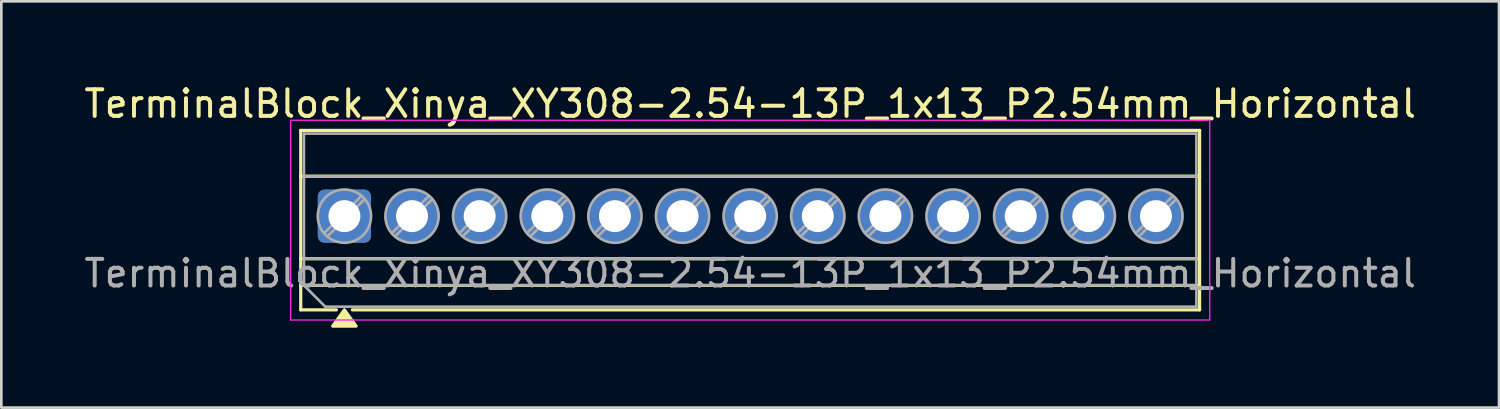
<source format=kicad_pcb>
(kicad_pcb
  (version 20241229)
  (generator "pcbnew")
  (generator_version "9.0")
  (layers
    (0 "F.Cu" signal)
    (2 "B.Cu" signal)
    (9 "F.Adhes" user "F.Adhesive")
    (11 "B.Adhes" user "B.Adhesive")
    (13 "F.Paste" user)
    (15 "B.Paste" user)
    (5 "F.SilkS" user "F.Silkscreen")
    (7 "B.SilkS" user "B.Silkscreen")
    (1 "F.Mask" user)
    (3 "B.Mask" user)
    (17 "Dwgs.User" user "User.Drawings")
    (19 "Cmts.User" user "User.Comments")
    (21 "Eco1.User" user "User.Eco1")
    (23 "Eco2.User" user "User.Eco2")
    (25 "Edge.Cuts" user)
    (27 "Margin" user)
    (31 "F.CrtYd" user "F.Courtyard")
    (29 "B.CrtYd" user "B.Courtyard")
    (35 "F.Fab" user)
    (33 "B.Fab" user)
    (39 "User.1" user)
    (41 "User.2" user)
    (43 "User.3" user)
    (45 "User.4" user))
  (footprint "TerminalBlock_Xinya_XY308-2.54-13P_1x13_P2.54mm_Horizontal"
    (layer "F.Cu")
    (at 9.885 5.068)
    (property "Reference" "TerminalBlock_Xinya_XY308-2.54-13P_1x13_P2.54mm_Horizontal" (at 15.24 -4.22 0) (layer "F.SilkS") (effects (font (size 1 1) (thickness 0.15))))
    (attr through_hole)
    (fp_line (start -1.64 -3.22) (end 32.12 -3.22) (stroke (width 0.12) (type solid)) (layer "F.SilkS"))
    (fp_line (start -1.64 -1.5) (end 32.12 -1.5) (stroke (width 0.12) (type solid)) (layer "F.SilkS"))
    (fp_line (start -1.64 1.6) (end 32.12 1.6) (stroke (width 0.12) (type solid)) (layer "F.SilkS"))
    (fp_line (start -1.64 2.6) (end 32.12 2.6) (stroke (width 0.12) (type solid)) (layer "F.SilkS"))
    (fp_line (start -1.64 3.52) (end -1.64 -3.22) (stroke (width 0.12) (type solid)) (layer "F.SilkS"))
    (fp_line (start -0.3 3.52) (end -1.64 3.52) (stroke (width 0.12) (type solid)) (layer "F.SilkS"))
    (fp_line (start 32.12 -3.22) (end 32.12 3.52) (stroke (width 0.12) (type solid)) (layer "F.SilkS"))
    (fp_line (start 32.12 3.52) (end 0.3 3.52) (stroke (width 0.12) (type solid)) (layer "F.SilkS"))
    (fp_poly (pts (xy 0 3.52) (xy 0.44 4.13) (xy -0.44 4.13)) (stroke (width 0.12) (type solid)) (fill yes) (layer "F.SilkS"))
    (fp_line (start -2.02 -3.6) (end -2.02 3.9) (stroke (width 0.05) (type solid)) (layer "F.CrtYd"))
    (fp_line (start -2.02 3.9) (end 32.5 3.9) (stroke (width 0.05) (type solid)) (layer "F.CrtYd"))
    (fp_line (start 32.5 -3.6) (end -2.02 -3.6) (stroke (width 0.05) (type solid)) (layer "F.CrtYd"))
    (fp_line (start 32.5 3.9) (end 32.5 -3.6) (stroke (width 0.05) (type solid)) (layer "F.CrtYd"))
    (fp_line (start -1.52 -3.1) (end 32 -3.1) (stroke (width 0.1) (type solid)) (layer "F.Fab"))
    (fp_line (start -1.52 -1.5) (end 32 -1.5) (stroke (width 0.1) (type solid)) (layer "F.Fab"))
    (fp_line (start -1.52 1.6) (end 32 1.6) (stroke (width 0.1) (type solid)) (layer "F.Fab"))
    (fp_line (start -1.52 2.6) (end -1.52 -3.1) (stroke (width 0.1) (type solid)) (layer "F.Fab"))
    (fp_line (start -1.52 2.6) (end 32 2.6) (stroke (width 0.1) (type solid)) (layer "F.Fab"))
    (fp_line (start -0.72 3.4) (end -1.52 2.6) (stroke (width 0.1) (type solid)) (layer "F.Fab"))
    (fp_line (start 0.636 -0.758) (end -0.758 0.636) (stroke (width 0.1) (type solid)) (layer "F.Fab"))
    (fp_line (start 0.758 -0.636) (end -0.636 0.758) (stroke (width 0.1) (type solid)) (layer "F.Fab"))
    (fp_line (start 3.176 -0.758) (end 1.782 0.636) (stroke (width 0.1) (type solid)) (layer "F.Fab"))
    (fp_line (start 3.298 -0.636) (end 1.904 0.758) (stroke (width 0.1) (type solid)) (layer "F.Fab"))
    (fp_line (start 5.716 -0.758) (end 4.322 0.636) (stroke (width 0.1) (type solid)) (layer "F.Fab"))
    (fp_line (start 5.838 -0.636) (end 4.444 0.758) (stroke (width 0.1) (type solid)) (layer "F.Fab"))
    (fp_line (start 8.256 -0.758) (end 6.862 0.636) (stroke (width 0.1) (type solid)) (layer "F.Fab"))
    (fp_line (start 8.378 -0.636) (end 6.984 0.758) (stroke (width 0.1) (type solid)) (layer "F.Fab"))
    (fp_line (start 10.796 -0.758) (end 9.402 0.636) (stroke (width 0.1) (type solid)) (layer "F.Fab"))
    (fp_line (start 10.918 -0.636) (end 9.524 0.758) (stroke (width 0.1) (type solid)) (layer "F.Fab"))
    (fp_line (start 13.336 -0.758) (end 11.942 0.636) (stroke (width 0.1) (type solid)) (layer "F.Fab"))
    (fp_line (start 13.458 -0.636) (end 12.064 0.758) (stroke (width 0.1) (type solid)) (layer "F.Fab"))
    (fp_line (start 15.876 -0.758) (end 14.482 0.636) (stroke (width 0.1) (type solid)) (layer "F.Fab"))
    (fp_line (start 15.998 -0.636) (end 14.604 0.758) (stroke (width 0.1) (type solid)) (layer "F.Fab"))
    (fp_line (start 18.416 -0.758) (end 17.022 0.636) (stroke (width 0.1) (type solid)) (layer "F.Fab"))
    (fp_line (start 18.538 -0.636) (end 17.144 0.758) (stroke (width 0.1) (type solid)) (layer "F.Fab"))
    (fp_line (start 20.956 -0.758) (end 19.562 0.636) (stroke (width 0.1) (type solid)) (layer "F.Fab"))
    (fp_line (start 21.078 -0.636) (end 19.684 0.758) (stroke (width 0.1) (type solid)) (layer "F.Fab"))
    (fp_line (start 23.496 -0.758) (end 22.102 0.636) (stroke (width 0.1) (type solid)) (layer "F.Fab"))
    (fp_line (start 23.618 -0.636) (end 22.224 0.758) (stroke (width 0.1) (type solid)) (layer "F.Fab"))
    (fp_line (start 26.036 -0.758) (end 24.642 0.636) (stroke (width 0.1) (type solid)) (layer "F.Fab"))
    (fp_line (start 26.158 -0.636) (end 24.764 0.758) (stroke (width 0.1) (type solid)) (layer "F.Fab"))
    (fp_line (start 28.576 -0.758) (end 27.182 0.636) (stroke (width 0.1) (type solid)) (layer "F.Fab"))
    (fp_line (start 28.698 -0.636) (end 27.304 0.758) (stroke (width 0.1) (type solid)) (layer "F.Fab"))
    (fp_line (start 31.116 -0.758) (end 29.722 0.636) (stroke (width 0.1) (type solid)) (layer "F.Fab"))
    (fp_line (start 31.238 -0.636) (end 29.844 0.758) (stroke (width 0.1) (type solid)) (layer "F.Fab"))
    (fp_line (start 32 -3.1) (end 32 3.4) (stroke (width 0.1) (type solid)) (layer "F.Fab"))
    (fp_line (start 32 3.4) (end -0.72 3.4) (stroke (width 0.1) (type solid)) (layer "F.Fab"))
    (fp_circle (center 0 0) (end 1 0) (stroke (width 0.1) (type solid)) (fill no) (layer "F.Fab"))
    (fp_circle (center 2.54 0) (end 3.54 0) (stroke (width 0.1) (type solid)) (fill no) (layer "F.Fab"))
    (fp_circle (center 5.08 0) (end 6.08 0) (stroke (width 0.1) (type solid)) (fill no) (layer "F.Fab"))
    (fp_circle (center 7.62 0) (end 8.62 0) (stroke (width 0.1) (type solid)) (fill no) (layer "F.Fab"))
    (fp_circle (center 10.16 0) (end 11.16 0) (stroke (width 0.1) (type solid)) (fill no) (layer "F.Fab"))
    (fp_circle (center 12.7 0) (end 13.7 0) (stroke (width 0.1) (type solid)) (fill no) (layer "F.Fab"))
    (fp_circle (center 15.24 0) (end 16.24 0) (stroke (width 0.1) (type solid)) (fill no) (layer "F.Fab"))
    (fp_circle (center 17.78 0) (end 18.78 0) (stroke (width 0.1) (type solid)) (fill no) (layer "F.Fab"))
    (fp_circle (center 20.32 0) (end 21.32 0) (stroke (width 0.1) (type solid)) (fill no) (layer "F.Fab"))
    (fp_circle (center 22.86 0) (end 23.86 0) (stroke (width 0.1) (type solid)) (fill no) (layer "F.Fab"))
    (fp_circle (center 25.4 0) (end 26.4 0) (stroke (width 0.1) (type solid)) (fill no) (layer "F.Fab"))
    (fp_circle (center 27.94 0) (end 28.94 0) (stroke (width 0.1) (type solid)) (fill no) (layer "F.Fab"))
    (fp_circle (center 30.48 0) (end 31.48 0) (stroke (width 0.1) (type solid)) (fill no) (layer "F.Fab"))
    (fp_text user "${REFERENCE}" (at 15.24 2.15 0) (layer "F.Fab") (effects (font (size 1 1) (thickness 0.15))))
    (pad "1" thru_hole roundrect (at 0 0) (size 2 2) (drill 1.2) (layers "*.Cu" "*.Mask") (roundrect_rratio 0.125))
    (pad "2" thru_hole circle (at 2.54 0) (size 2 2) (drill 1.2) (layers "*.Cu" "*.Mask"))
    (pad "3" thru_hole circle (at 5.08 0) (size 2 2) (drill 1.2) (layers "*.Cu" "*.Mask"))
    (pad "4" thru_hole circle (at 7.62 0) (size 2 2) (drill 1.2) (layers "*.Cu" "*.Mask"))
    (pad "5" thru_hole circle (at 10.16 0) (size 2 2) (drill 1.2) (layers "*.Cu" "*.Mask"))
    (pad "6" thru_hole circle (at 12.7 0) (size 2 2) (drill 1.2) (layers "*.Cu" "*.Mask"))
    (pad "7" thru_hole circle (at 15.24 0) (size 2 2) (drill 1.2) (layers "*.Cu" "*.Mask"))
    (pad "8" thru_hole circle (at 17.78 0) (size 2 2) (drill 1.2) (layers "*.Cu" "*.Mask"))
    (pad "9" thru_hole circle (at 20.32 0) (size 2 2) (drill 1.2) (layers "*.Cu" "*.Mask"))
    (pad "10" thru_hole circle (at 22.86 0) (size 2 2) (drill 1.2) (layers "*.Cu" "*.Mask"))
    (pad "11" thru_hole circle (at 25.4 0) (size 2 2) (drill 1.2) (layers "*.Cu" "*.Mask"))
    (pad "12" thru_hole circle (at 27.94 0) (size 2 2) (drill 1.2) (layers "*.Cu" "*.Mask"))
    (pad "13" thru_hole circle (at 30.48 0) (size 2 2) (drill 1.2) (layers "*.Cu" "*.Mask")))
  (gr_rect
    (start -3 -3)
    (end 53.25 12.258)
    (stroke (width 0.1) (type default))
    (fill no)
    (layer "Edge.Cuts")))
</source>
